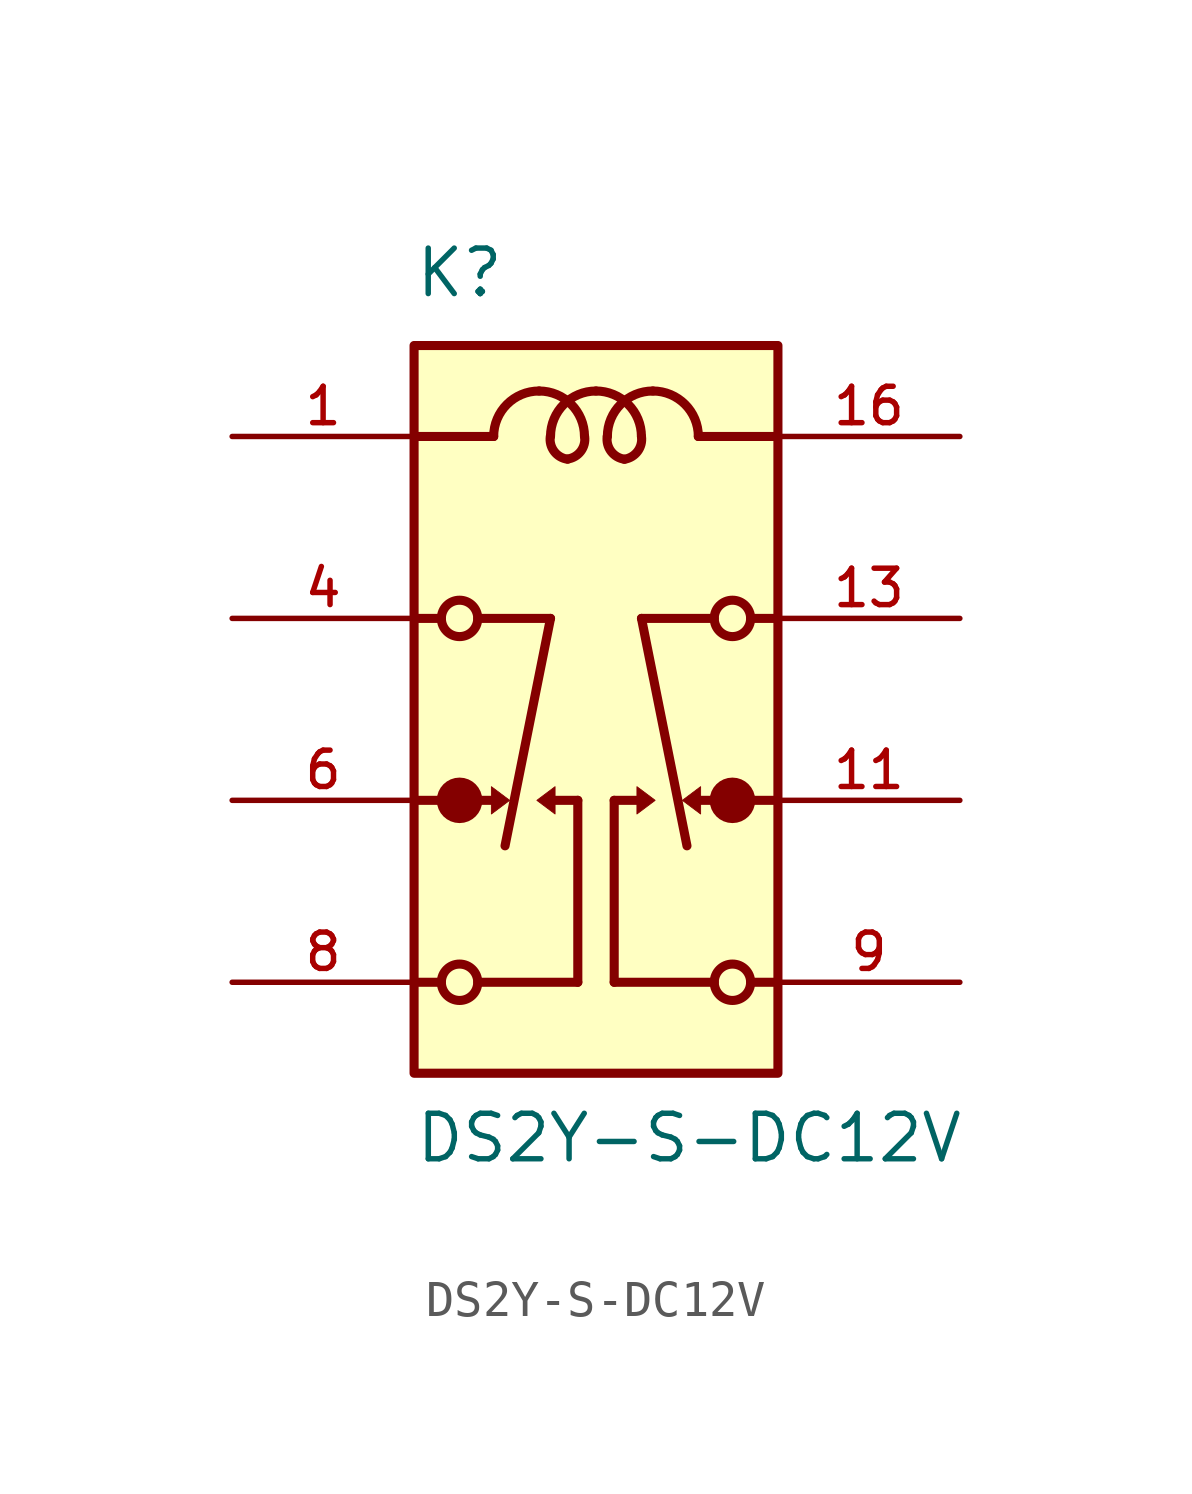
<source format=kicad_sym>
(kicad_symbol_lib
  (version 20211014)
  (generator kicad_symbol_editor)
  (symbol "DS2Y-S-DC12V"
    (pin_names
      (offset 1.016))
    (property "Reference" "K"
      (at -5.087 11.447 0)
      (effects (font (size 1.27 1.27)) (justify bottom left)))
    (property "Value" "DS2Y-S-DC12V"
      (at -5.085 -12.712 0)
      (effects (font (size 1.27 1.27)) (justify bottom left)))
    (symbol "DS2Y-S-DC12V_0_0"
      (arc (start -1.5875 8.89) (mid -2.4855 8.518) (end -2.8575 7.62) (stroke (width 0.254) (type default) (color 0 0 0 0)) (fill (type none)))
      (arc (start -0.3175 7.62) (mid -0.6895 8.518) (end -1.5875 8.89) (stroke (width 0.254) (type default) (color 0 0 0 0)) (fill (type none)))
      (arc (start -0.79375 6.985) (mid -0.4241 7.2039) (end -0.3175 7.62) (stroke (width 0.254) (type default) (color 0 0 0 0)) (fill (type none)))
      (arc (start -1.27 7.62) (mid -1.1634 7.2039) (end -0.79375 6.985) (stroke (width 0.254) (type default) (color 0 0 0 0)) (fill (type none)))
      (arc (start 0.0 8.89) (mid -0.898 8.518) (end -1.27 7.62) (stroke (width 0.254) (type default) (color 0 0 0 0)) (fill (type none)))
      (arc (start 1.27 7.62) (mid 0.898 8.518) (end 0.0 8.89) (stroke (width 0.254) (type default) (color 0 0 0 0)) (fill (type none)))
      (arc (start 0.79375 6.985) (mid 1.1634 7.2039) (end 1.27 7.62) (stroke (width 0.254) (type default) (color 0 0 0 0)) (fill (type none)))
      (arc (start 0.3175 7.62) (mid 0.4241 7.2039) (end 0.79375 6.985) (stroke (width 0.254) (type default) (color 0 0 0 0)) (fill (type none)))
      (arc (start 1.5875 8.89) (mid 0.6895 8.518) (end 0.3175 7.62) (stroke (width 0.254) (type default) (color 0 0 0 0)) (fill (type none)))
      (arc (start 2.8575 7.62) (mid 2.4855 8.518) (end 1.5875 8.89) (stroke (width 0.254) (type default) (color 0 0 0 0)) (fill (type none)))
      (circle (center -3.81 2.54) (radius 0.508) (stroke (width 0.254)) (fill (type none)))
      (circle (center -3.81 -2.54) (radius 0.318) (stroke (width 0.635)) (fill (type none)))
      (circle (center -3.81 -7.62) (radius 0.508) (stroke (width 0.254)) (fill (type none)))
      (circle (center 3.81 2.54) (radius 0.508) (stroke (width 0.254)) (fill (type none)))
      (circle (center 3.81 -2.54) (radius 0.318) (stroke (width 0.635)) (fill (type none)))
      (circle (center 3.81 -7.62) (radius 0.508) (stroke (width 0.254)) (fill (type none)))
      (polyline (pts (xy -3.81 -2.54) (xy -2.794 -2.54)) (stroke (width 0.254)))
      (polyline (pts (xy -2.921 -2.159) (xy -2.413 -2.54) (xy -2.921 -2.921) (xy -2.921 -2.159)) (stroke (width 0.025)) (fill (type outline)))
      (polyline (pts (xy 2.794 -2.794) (xy 2.794 -2.54) (xy 2.794 -2.286) (xy 2.794 -2.794)) (stroke (width 0.025)) (fill (type outline)))
      (polyline (pts (xy 3.81 -2.54) (xy 2.794 -2.54)) (stroke (width 0.254)))
      (polyline (pts (xy -1.143 -2.921) (xy -1.651 -2.54) (xy -1.143 -2.159) (xy -1.143 -2.921)) (stroke (width 0.025)) (fill (type outline)))
      (polyline (pts (xy 1.143 -2.159) (xy 1.651 -2.54) (xy 1.143 -2.921) (xy 1.143 -2.159)) (stroke (width 0.025)) (fill (type outline)))
      (polyline (pts (xy 1.27 -2.54) (xy 0.508 -2.54)) (stroke (width 0.254)))
      (polyline (pts (xy 0.508 -2.54) (xy 0.508 -7.62)) (stroke (width 0.254)))
      (polyline (pts (xy 0.508 -7.62) (xy 3.302 -7.62)) (stroke (width 0.254)))
      (polyline (pts (xy -1.27 -2.54) (xy -0.508 -2.54)) (stroke (width 0.254)))
      (polyline (pts (xy -0.508 -2.54) (xy -0.508 -7.62)) (stroke (width 0.254)))
      (polyline (pts (xy -0.508 -7.62) (xy -3.302 -7.62)) (stroke (width 0.254)))
      (polyline (pts (xy -2.54 -3.81) (xy -1.27 2.54)) (stroke (width 0.254)))
      (polyline (pts (xy -1.27 2.54) (xy -3.302 2.54)) (stroke (width 0.254)))
      (polyline (pts (xy 2.54 -3.81) (xy 1.27 2.54)) (stroke (width 0.254)))
      (polyline (pts (xy 1.27 2.54) (xy 3.302 2.54)) (stroke (width 0.254)))
      (polyline (pts (xy -5.08 7.62) (xy -2.857 7.62)) (stroke (width 0.254)))
      (polyline (pts (xy 5.08 7.62) (xy 2.857 7.62)) (stroke (width 0.254)))
      (polyline (pts (xy 5.08 2.54) (xy 4.318 2.54)) (stroke (width 0.254)))
      (polyline (pts (xy -5.08 2.54) (xy -4.318 2.54)) (stroke (width 0.254)))
      (polyline (pts (xy -5.08 -2.54) (xy -4.318 -2.54)) (stroke (width 0.254)))
      (polyline (pts (xy -5.08 -7.62) (xy -4.318 -7.62)) (stroke (width 0.254)))
      (polyline (pts (xy 5.08 -7.62) (xy 4.318 -7.62)) (stroke (width 0.254)))
      (polyline (pts (xy 5.08 -2.54) (xy 4.318 -2.54)) (stroke (width 0.254)))
      (polyline (pts (xy 2.921 -2.921) (xy 2.413 -2.54) (xy 2.921 -2.159) (xy 2.921 -2.921)) (stroke (width 0.025)) (fill (type outline)))
      (rectangle (start -5.08 -10.16) (end 5.08 10.16) (stroke (width 0.254)) (fill (type background)))
      (pin passive line (at -10.16 7.62 0) (length 5.08) (name "~" (effects (font (size 1.016 1.016)))) (number "1" (effects (font (size 1.016 1.016)))))
      (pin passive line (at -10.16 2.54 0) (length 5.08) (name "~" (effects (font (size 1.016 1.016)))) (number "4" (effects (font (size 1.016 1.016)))))
      (pin passive line (at -10.16 -2.54 0) (length 5.08) (name "~" (effects (font (size 1.016 1.016)))) (number "6" (effects (font (size 1.016 1.016)))))
      (pin passive line (at -10.16 -7.62 0) (length 5.08) (name "~" (effects (font (size 1.016 1.016)))) (number "8" (effects (font (size 1.016 1.016)))))
      (pin passive line (at 10.16 7.62 180.0) (length 5.08) (name "~" (effects (font (size 1.016 1.016)))) (number "16" (effects (font (size 1.016 1.016)))))
      (pin passive line (at 10.16 2.54 180.0) (length 5.08) (name "~" (effects (font (size 1.016 1.016)))) (number "13" (effects (font (size 1.016 1.016)))))
      (pin passive line (at 10.16 -2.54 180.0) (length 5.08) (name "~" (effects (font (size 1.016 1.016)))) (number "11" (effects (font (size 1.016 1.016)))))
      (pin passive line (at 10.16 -7.62 180.0) (length 5.08) (name "~" (effects (font (size 1.016 1.016)))) (number "9" (effects (font (size 1.016 1.016))))))))
</source>
